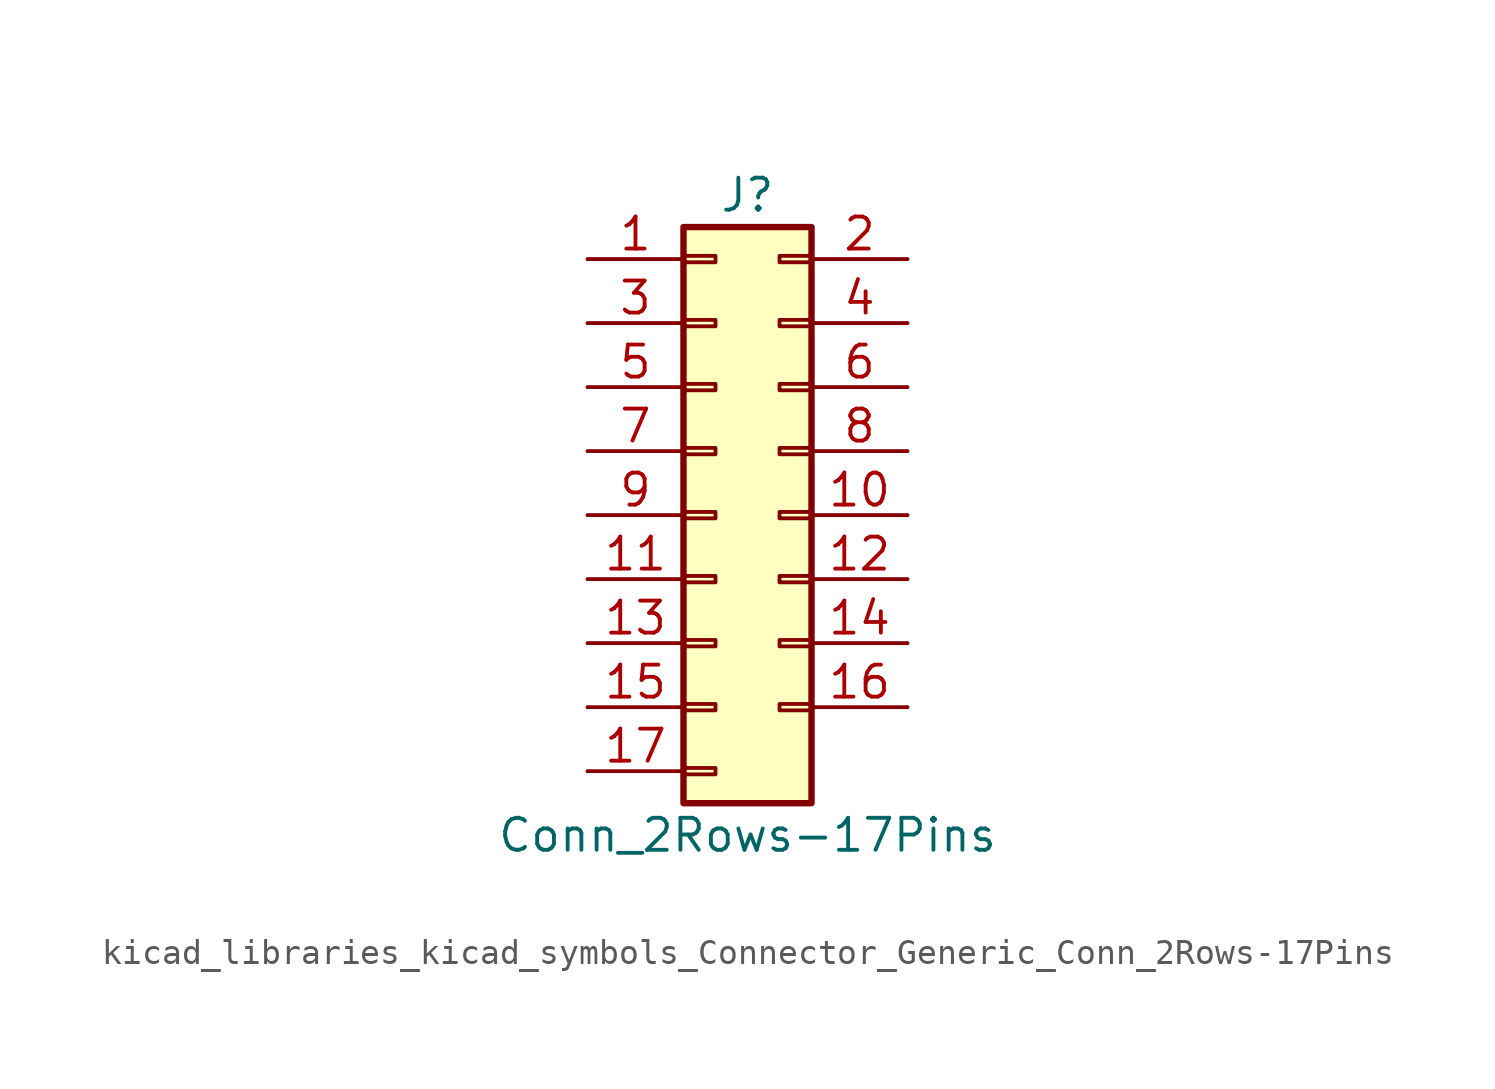
<source format=kicad_sym>
(kicad_symbol_lib
  (version 20220914)
  (generator kicad_symbol_editor)
  (symbol "kicad_libraries_kicad_symbols_Connector_Generic_Conn_2Rows-17Pins"
    (pin_names
      (offset 1.016) hide)
    (property "Reference" "J"
      (at 1.27 12.7 0)
      (effects (font (size 1.27 1.27))))
    (property "Value" "Conn_2Rows-17Pins"
      (at 1.27 -12.7 0)
      (effects (font (size 1.27 1.27))))
    (symbol "kicad_libraries_kicad_symbols_Connector_Generic_Conn_2Rows-17Pins_1_1"
      (rectangle (start -1.27 -10.033) (end 0 -10.287) (stroke (width 0.152) (type default)) (fill (type none)))
      (rectangle (start -1.27 -7.493) (end 0 -7.747) (stroke (width 0.152) (type default)) (fill (type none)))
      (rectangle (start -1.27 -4.953) (end 0 -5.207) (stroke (width 0.152) (type default)) (fill (type none)))
      (rectangle (start -1.27 -2.413) (end 0 -2.667) (stroke (width 0.152) (type default)) (fill (type none)))
      (rectangle (start -1.27 0.127) (end 0 -0.127) (stroke (width 0.152) (type default)) (fill (type none)))
      (rectangle (start -1.27 2.667) (end 0 2.413) (stroke (width 0.152) (type default)) (fill (type none)))
      (rectangle (start -1.27 5.207) (end 0 4.953) (stroke (width 0.152) (type default)) (fill (type none)))
      (rectangle (start -1.27 7.747) (end 0 7.493) (stroke (width 0.152) (type default)) (fill (type none)))
      (rectangle (start -1.27 10.287) (end 0 10.033) (stroke (width 0.152) (type default)) (fill (type none)))
      (rectangle (start -1.27 11.43) (end 3.81 -11.43) (stroke (width 0.254) (type default)) (fill (type background)))
      (rectangle (start 3.81 -7.493) (end 2.54 -7.747) (stroke (width 0.152) (type default)) (fill (type none)))
      (rectangle (start 3.81 -4.953) (end 2.54 -5.207) (stroke (width 0.152) (type default)) (fill (type none)))
      (rectangle (start 3.81 -2.413) (end 2.54 -2.667) (stroke (width 0.152) (type default)) (fill (type none)))
      (rectangle (start 3.81 0.127) (end 2.54 -0.127) (stroke (width 0.152) (type default)) (fill (type none)))
      (rectangle (start 3.81 2.667) (end 2.54 2.413) (stroke (width 0.152) (type default)) (fill (type none)))
      (rectangle (start 3.81 5.207) (end 2.54 4.953) (stroke (width 0.152) (type default)) (fill (type none)))
      (rectangle (start 3.81 7.747) (end 2.54 7.493) (stroke (width 0.152) (type default)) (fill (type none)))
      (rectangle (start 3.81 10.287) (end 2.54 10.033) (stroke (width 0.152) (type default)) (fill (type none)))
      (pin passive line (at -5.08 10.16 0) (length 3.81) (name "Pin_1" (effects (font (size 1.27 1.27)))) (number "1" (effects (font (size 1.27 1.27)))))
      (pin passive line (at 7.62 0 180) (length 3.81) (name "Pin_10" (effects (font (size 1.27 1.27)))) (number "10" (effects (font (size 1.27 1.27)))))
      (pin passive line (at -5.08 -2.54 0) (length 3.81) (name "Pin_11" (effects (font (size 1.27 1.27)))) (number "11" (effects (font (size 1.27 1.27)))))
      (pin passive line (at 7.62 -2.54 180) (length 3.81) (name "Pin_12" (effects (font (size 1.27 1.27)))) (number "12" (effects (font (size 1.27 1.27)))))
      (pin passive line (at -5.08 -5.08 0) (length 3.81) (name "Pin_13" (effects (font (size 1.27 1.27)))) (number "13" (effects (font (size 1.27 1.27)))))
      (pin passive line (at 7.62 -5.08 180) (length 3.81) (name "Pin_14" (effects (font (size 1.27 1.27)))) (number "14" (effects (font (size 1.27 1.27)))))
      (pin passive line (at -5.08 -7.62 0) (length 3.81) (name "Pin_15" (effects (font (size 1.27 1.27)))) (number "15" (effects (font (size 1.27 1.27)))))
      (pin passive line (at 7.62 -7.62 180) (length 3.81) (name "Pin_16" (effects (font (size 1.27 1.27)))) (number "16" (effects (font (size 1.27 1.27)))))
      (pin passive line (at -5.08 -10.16 0) (length 3.81) (name "Pin_17" (effects (font (size 1.27 1.27)))) (number "17" (effects (font (size 1.27 1.27)))))
      (pin passive line (at 7.62 10.16 180) (length 3.81) (name "Pin_2" (effects (font (size 1.27 1.27)))) (number "2" (effects (font (size 1.27 1.27)))))
      (pin passive line (at -5.08 7.62 0) (length 3.81) (name "Pin_3" (effects (font (size 1.27 1.27)))) (number "3" (effects (font (size 1.27 1.27)))))
      (pin passive line (at 7.62 7.62 180) (length 3.81) (name "Pin_4" (effects (font (size 1.27 1.27)))) (number "4" (effects (font (size 1.27 1.27)))))
      (pin passive line (at -5.08 5.08 0) (length 3.81) (name "Pin_5" (effects (font (size 1.27 1.27)))) (number "5" (effects (font (size 1.27 1.27)))))
      (pin passive line (at 7.62 5.08 180) (length 3.81) (name "Pin_6" (effects (font (size 1.27 1.27)))) (number "6" (effects (font (size 1.27 1.27)))))
      (pin passive line (at -5.08 2.54 0) (length 3.81) (name "Pin_7" (effects (font (size 1.27 1.27)))) (number "7" (effects (font (size 1.27 1.27)))))
      (pin passive line (at 7.62 2.54 180) (length 3.81) (name "Pin_8" (effects (font (size 1.27 1.27)))) (number "8" (effects (font (size 1.27 1.27)))))
      (pin passive line (at -5.08 0 0) (length 3.81) (name "Pin_9" (effects (font (size 1.27 1.27)))) (number "9" (effects (font (size 1.27 1.27))))))))
</source>
